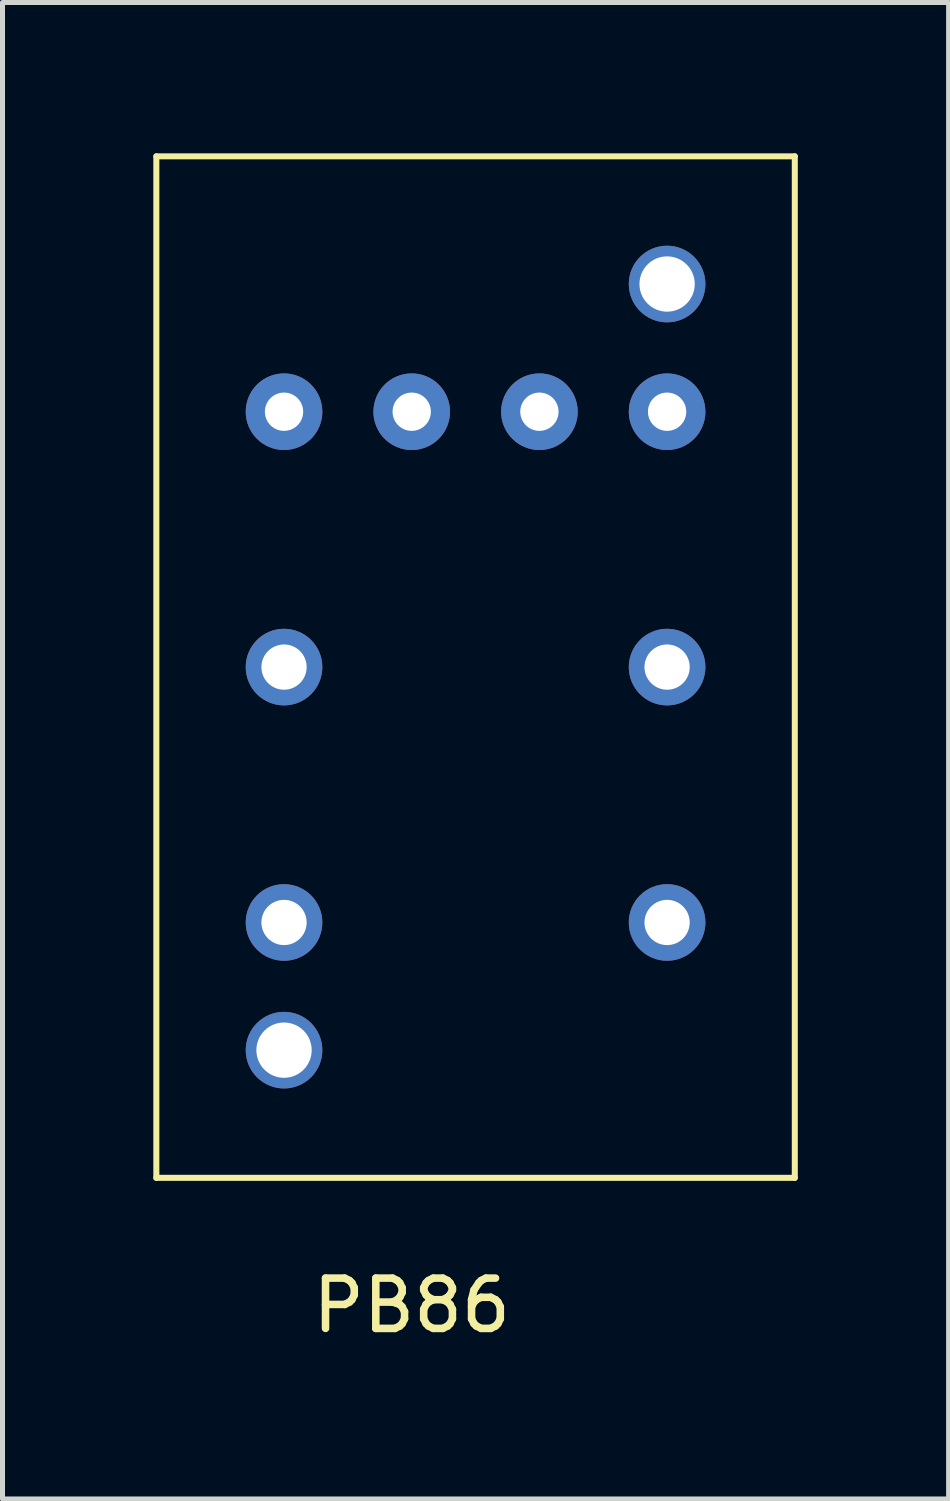
<source format=kicad_pcb>
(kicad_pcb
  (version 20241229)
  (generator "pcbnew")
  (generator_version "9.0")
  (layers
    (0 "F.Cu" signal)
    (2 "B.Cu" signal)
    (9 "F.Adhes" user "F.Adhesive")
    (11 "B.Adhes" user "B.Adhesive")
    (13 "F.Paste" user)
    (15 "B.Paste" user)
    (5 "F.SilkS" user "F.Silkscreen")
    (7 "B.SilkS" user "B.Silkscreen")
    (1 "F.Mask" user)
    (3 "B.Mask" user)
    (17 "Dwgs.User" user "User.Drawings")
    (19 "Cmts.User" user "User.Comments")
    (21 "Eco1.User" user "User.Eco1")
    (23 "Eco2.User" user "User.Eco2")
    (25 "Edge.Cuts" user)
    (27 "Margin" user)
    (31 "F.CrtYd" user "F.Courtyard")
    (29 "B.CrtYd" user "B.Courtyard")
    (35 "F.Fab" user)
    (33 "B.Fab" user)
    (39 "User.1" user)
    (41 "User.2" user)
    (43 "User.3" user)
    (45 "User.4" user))
  (footprint "PB86"
    (layer "F.Cu")
    (at 7.68 10.22)
    (property "Reference" "PB86" (at -2.54 12.7 0) (layer "F.SilkS") (effects (font (size 1 1) (thickness 0.15))))
    (attr through_hole)
    (fp_line (start -7.62 -10.16) (end 5.08 -10.16) (stroke (width 0.12) (type solid)) (layer "F.SilkS"))
    (fp_line (start -7.62 10.16) (end -7.62 -10.16) (stroke (width 0.12) (type solid)) (layer "F.SilkS"))
    (fp_line (start 5.08 -10.16) (end 5.08 10.16) (stroke (width 0.12) (type solid)) (layer "F.SilkS"))
    (fp_line (start 5.08 10.16) (end -7.62 10.16) (stroke (width 0.12) (type solid)) (layer "F.SilkS"))
    (pad "" np_thru_hole circle (at -5.08 7.62) (size 1.524 1.524) (drill 1.1) (layers "*.Cu" "*.Mask"))
    (pad "" np_thru_hole circle (at 2.54 -7.62) (size 1.524 1.524) (drill 1.1) (layers "*.Cu" "*.Mask"))
    (pad "1" thru_hole circle (at -5.08 0) (size 1.524 1.524) (drill 0.9) (layers "*.Cu" "*.Mask"))
    (pad "1" thru_hole circle (at 2.54 0) (size 1.524 1.524) (drill 0.9) (layers "*.Cu" "*.Mask"))
    (pad "2" thru_hole circle (at -5.08 5.08) (size 1.524 1.524) (drill 0.9) (layers "*.Cu" "*.Mask"))
    (pad "3" thru_hole circle (at 2.54 5.08) (size 1.524 1.524) (drill 0.9) (layers "*.Cu" "*.Mask"))
    (pad "4" thru_hole circle (at -5.08 -5.08) (size 1.524 1.524) (drill 0.762) (layers "*.Cu" "*.Mask"))
    (pad "5" thru_hole circle (at -2.54 -5.08) (size 1.524 1.524) (drill 0.762) (layers "*.Cu" "*.Mask"))
    (pad "6" thru_hole circle (at 0 -5.08) (size 1.524 1.524) (drill 0.762) (layers "*.Cu" "*.Mask"))
    (pad "7" thru_hole circle (at 2.54 -5.08) (size 1.524 1.524) (drill 0.762) (layers "*.Cu" "*.Mask")))
  (gr_rect
    (start -3 -3)
    (end 15.82 26.768)
    (stroke (width 0.1) (type default))
    (fill no)
    (layer "Edge.Cuts")))
</source>
